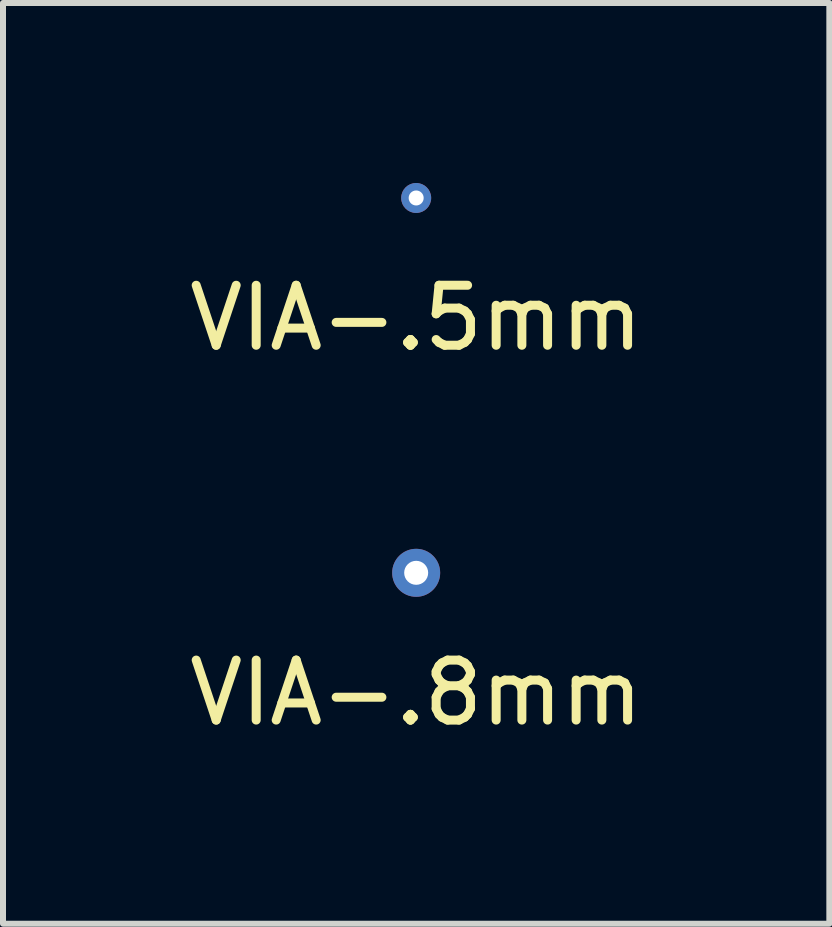
<source format=kicad_pcb>
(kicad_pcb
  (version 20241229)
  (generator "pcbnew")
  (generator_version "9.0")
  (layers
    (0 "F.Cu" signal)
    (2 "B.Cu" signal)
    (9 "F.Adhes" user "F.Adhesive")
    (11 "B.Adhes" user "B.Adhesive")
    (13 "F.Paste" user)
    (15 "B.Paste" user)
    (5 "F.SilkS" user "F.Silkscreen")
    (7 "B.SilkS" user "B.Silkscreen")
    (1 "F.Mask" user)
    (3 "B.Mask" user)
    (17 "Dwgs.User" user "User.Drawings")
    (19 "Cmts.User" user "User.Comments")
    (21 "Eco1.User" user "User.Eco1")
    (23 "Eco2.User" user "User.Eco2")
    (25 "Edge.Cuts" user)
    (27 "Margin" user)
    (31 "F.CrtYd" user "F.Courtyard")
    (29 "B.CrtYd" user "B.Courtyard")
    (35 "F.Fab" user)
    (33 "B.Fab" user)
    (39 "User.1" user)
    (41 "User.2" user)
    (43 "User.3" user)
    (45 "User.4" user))
  (footprint "VIA-.8mm"
    (layer "F.Cu")
    (at 3.887 6.498)
    (property "Reference" "VIA-.8mm" (at 0 2 0) (layer "F.SilkS") (effects (font (size 1 1) (thickness 0.15))))
    (attr through_hole)
    (pad "1" thru_hole circle (at 0 0) (size 0.8 0.8) (drill 0.4) (layers "*.Cu")))
  (footprint "VIA-.5mm"
    (layer "F.Cu")
    (at 3.887 0.25)
    (property "Reference" "VIA-.5mm" (at 0 2 0) (layer "F.SilkS") (effects (font (size 1 1) (thickness 0.15))))
    (attr through_hole)
    (pad "1" thru_hole circle (at 0 0) (size 0.5 0.5) (drill 0.25) (layers "*.Cu")))
  (gr_rect
    (start -3 -3)
    (end 10.774 12.347)
    (stroke (width 0.1) (type default))
    (fill no)
    (layer "Edge.Cuts")))
</source>
